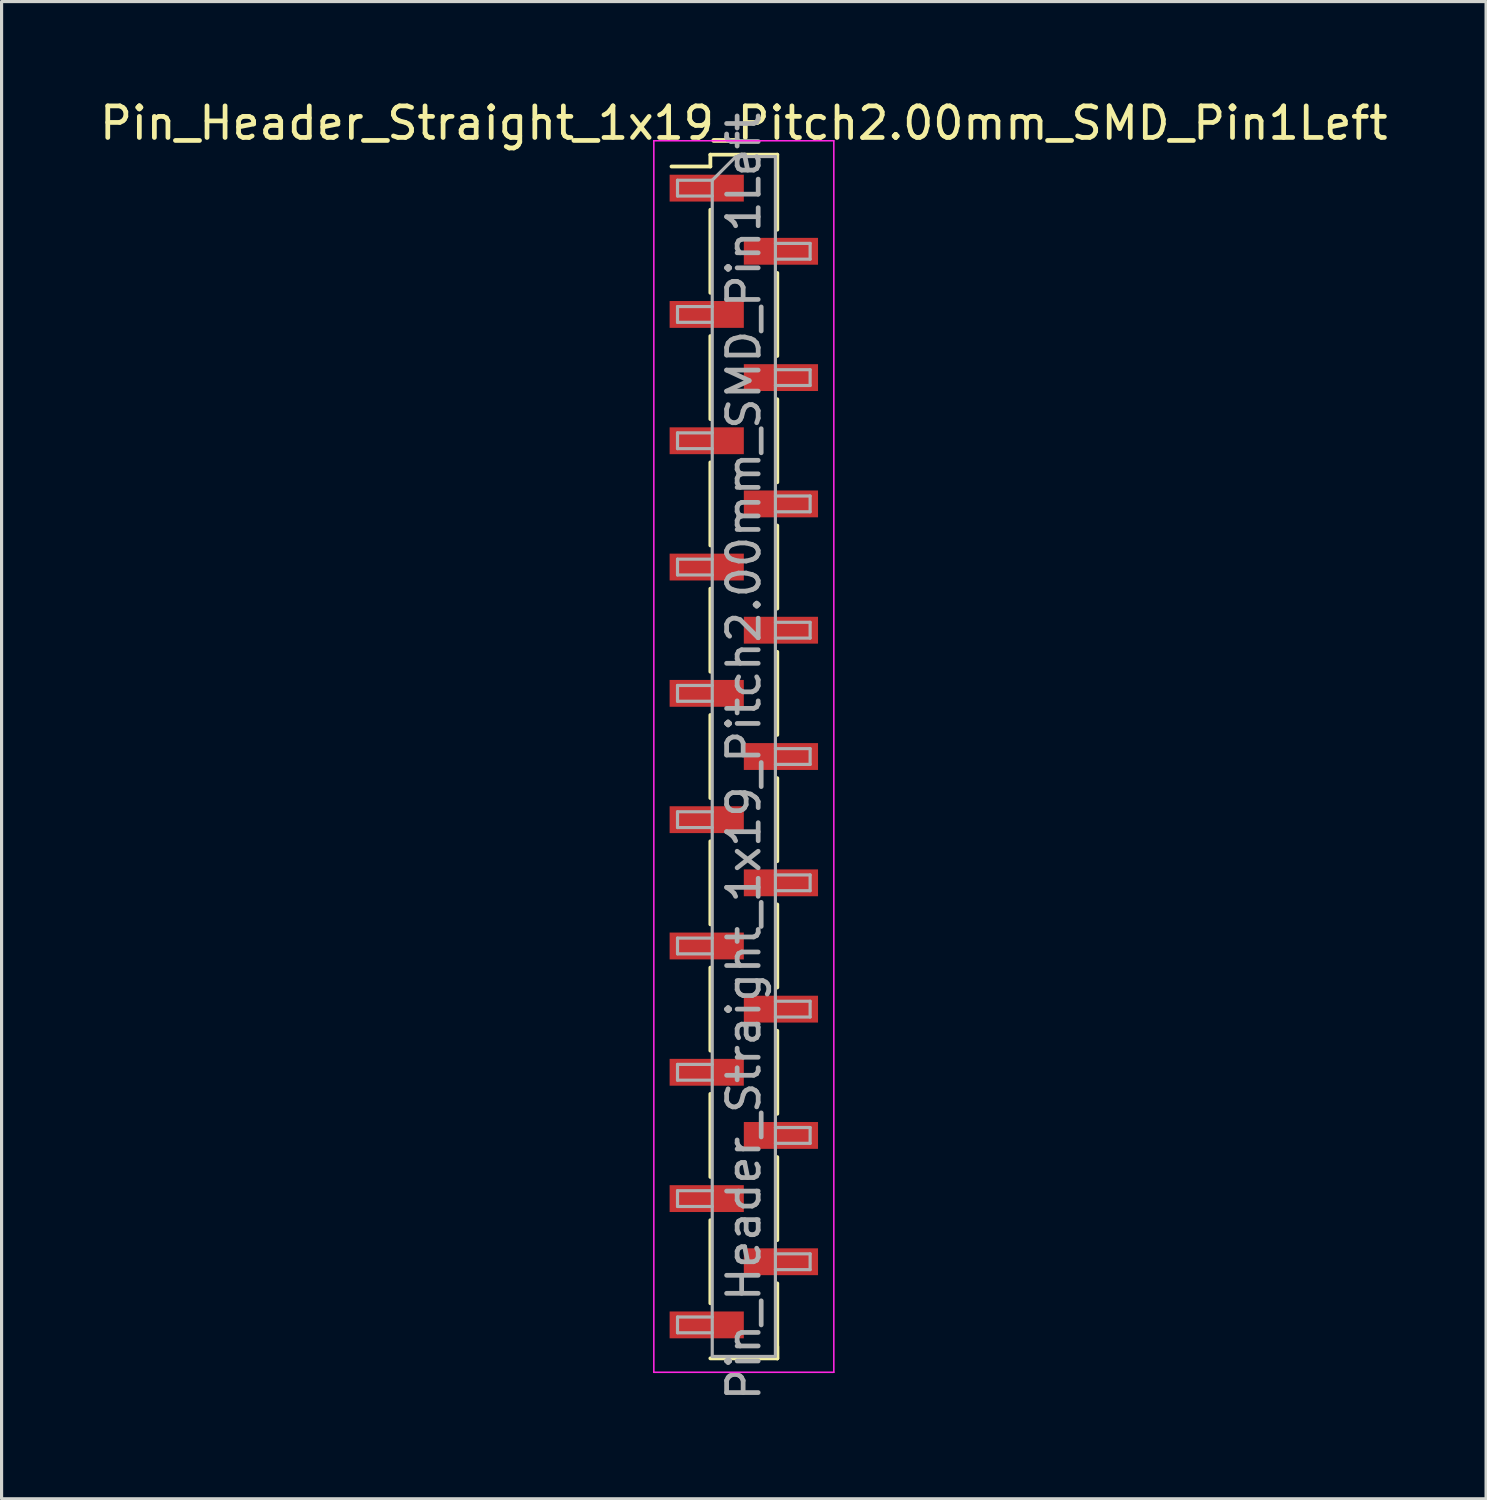
<source format=kicad_pcb>
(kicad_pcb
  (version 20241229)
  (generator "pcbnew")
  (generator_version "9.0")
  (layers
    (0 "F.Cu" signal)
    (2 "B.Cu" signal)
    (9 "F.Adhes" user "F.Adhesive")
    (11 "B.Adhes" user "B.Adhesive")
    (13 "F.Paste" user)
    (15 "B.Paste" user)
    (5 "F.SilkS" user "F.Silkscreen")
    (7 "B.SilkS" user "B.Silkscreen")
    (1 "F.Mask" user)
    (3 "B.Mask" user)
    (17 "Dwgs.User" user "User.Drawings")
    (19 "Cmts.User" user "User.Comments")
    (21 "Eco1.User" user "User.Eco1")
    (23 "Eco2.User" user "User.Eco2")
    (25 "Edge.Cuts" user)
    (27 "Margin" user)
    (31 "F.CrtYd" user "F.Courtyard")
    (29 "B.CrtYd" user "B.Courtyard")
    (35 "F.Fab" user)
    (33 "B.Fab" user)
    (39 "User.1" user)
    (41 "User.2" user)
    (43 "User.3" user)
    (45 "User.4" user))
  (footprint "Pin_Header_Straight_1x19_Pitch2.00mm_SMD_Pin1Left"
    (layer "F.Cu")
    (at 20.506 20.908)
    (property "Reference" "Pin_Header_Straight_1x19_Pitch2.00mm_SMD_Pin1Left" (at 0 -20.06 0) (layer "F.SilkS") (effects (font (size 1 1) (thickness 0.15))))
    (attr smd)
    (fp_line (start -1.06 -19.06) (end -1.06 -18.685) (stroke (width 0.12) (type solid)) (layer "F.SilkS"))
    (fp_line (start -1.06 -19.06) (end 1.06 -19.06) (stroke (width 0.12) (type solid)) (layer "F.SilkS"))
    (fp_line (start -1.06 -18.685) (end -2.29 -18.685) (stroke (width 0.12) (type solid)) (layer "F.SilkS"))
    (fp_line (start -1.06 -17.315) (end -1.06 -14.685) (stroke (width 0.12) (type solid)) (layer "F.SilkS"))
    (fp_line (start -1.06 -13.315) (end -1.06 -10.685) (stroke (width 0.12) (type solid)) (layer "F.SilkS"))
    (fp_line (start -1.06 -9.315) (end -1.06 -6.685) (stroke (width 0.12) (type solid)) (layer "F.SilkS"))
    (fp_line (start -1.06 -5.315) (end -1.06 -2.685) (stroke (width 0.12) (type solid)) (layer "F.SilkS"))
    (fp_line (start -1.06 -1.315) (end -1.06 1.315) (stroke (width 0.12) (type solid)) (layer "F.SilkS"))
    (fp_line (start -1.06 2.685) (end -1.06 5.315) (stroke (width 0.12) (type solid)) (layer "F.SilkS"))
    (fp_line (start -1.06 6.685) (end -1.06 9.315) (stroke (width 0.12) (type solid)) (layer "F.SilkS"))
    (fp_line (start -1.06 10.685) (end -1.06 13.315) (stroke (width 0.12) (type solid)) (layer "F.SilkS"))
    (fp_line (start -1.06 14.685) (end -1.06 17.315) (stroke (width 0.12) (type solid)) (layer "F.SilkS"))
    (fp_line (start -1.06 19.06) (end 1.06 19.06) (stroke (width 0.12) (type solid)) (layer "F.SilkS"))
    (fp_line (start 1.06 -19.06) (end 1.06 -16.685) (stroke (width 0.12) (type solid)) (layer "F.SilkS"))
    (fp_line (start 1.06 -15.315) (end 1.06 -12.685) (stroke (width 0.12) (type solid)) (layer "F.SilkS"))
    (fp_line (start 1.06 -11.315) (end 1.06 -8.685) (stroke (width 0.12) (type solid)) (layer "F.SilkS"))
    (fp_line (start 1.06 -7.315) (end 1.06 -4.685) (stroke (width 0.12) (type solid)) (layer "F.SilkS"))
    (fp_line (start 1.06 -3.315) (end 1.06 -0.685) (stroke (width 0.12) (type solid)) (layer "F.SilkS"))
    (fp_line (start 1.06 0.685) (end 1.06 3.315) (stroke (width 0.12) (type solid)) (layer "F.SilkS"))
    (fp_line (start 1.06 4.685) (end 1.06 7.315) (stroke (width 0.12) (type solid)) (layer "F.SilkS"))
    (fp_line (start 1.06 8.685) (end 1.06 11.315) (stroke (width 0.12) (type solid)) (layer "F.SilkS"))
    (fp_line (start 1.06 12.685) (end 1.06 15.315) (stroke (width 0.12) (type solid)) (layer "F.SilkS"))
    (fp_line (start 1.06 16.685) (end 1.06 19.06) (stroke (width 0.12) (type solid)) (layer "F.SilkS"))
    (fp_line (start 1.06 18.685) (end 1.06 19.06) (stroke (width 0.12) (type solid)) (layer "F.SilkS"))
    (fp_line (start -2.85 -19.5) (end -2.85 19.5) (stroke (width 0.05) (type solid)) (layer "F.CrtYd"))
    (fp_line (start -2.85 19.5) (end 2.85 19.5) (stroke (width 0.05) (type solid)) (layer "F.CrtYd"))
    (fp_line (start 2.85 -19.5) (end -2.85 -19.5) (stroke (width 0.05) (type solid)) (layer "F.CrtYd"))
    (fp_line (start 2.85 19.5) (end 2.85 -19.5) (stroke (width 0.05) (type solid)) (layer "F.CrtYd"))
    (fp_line (start -2.1 -18.25) (end -2.1 -17.75) (stroke (width 0.1) (type solid)) (layer "F.Fab"))
    (fp_line (start -2.1 -17.75) (end -1 -17.75) (stroke (width 0.1) (type solid)) (layer "F.Fab"))
    (fp_line (start -2.1 -14.25) (end -2.1 -13.75) (stroke (width 0.1) (type solid)) (layer "F.Fab"))
    (fp_line (start -2.1 -13.75) (end -1 -13.75) (stroke (width 0.1) (type solid)) (layer "F.Fab"))
    (fp_line (start -2.1 -10.25) (end -2.1 -9.75) (stroke (width 0.1) (type solid)) (layer "F.Fab"))
    (fp_line (start -2.1 -9.75) (end -1 -9.75) (stroke (width 0.1) (type solid)) (layer "F.Fab"))
    (fp_line (start -2.1 -6.25) (end -2.1 -5.75) (stroke (width 0.1) (type solid)) (layer "F.Fab"))
    (fp_line (start -2.1 -5.75) (end -1 -5.75) (stroke (width 0.1) (type solid)) (layer "F.Fab"))
    (fp_line (start -2.1 -2.25) (end -2.1 -1.75) (stroke (width 0.1) (type solid)) (layer "F.Fab"))
    (fp_line (start -2.1 -1.75) (end -1 -1.75) (stroke (width 0.1) (type solid)) (layer "F.Fab"))
    (fp_line (start -2.1 1.75) (end -2.1 2.25) (stroke (width 0.1) (type solid)) (layer "F.Fab"))
    (fp_line (start -2.1 2.25) (end -1 2.25) (stroke (width 0.1) (type solid)) (layer "F.Fab"))
    (fp_line (start -2.1 5.75) (end -2.1 6.25) (stroke (width 0.1) (type solid)) (layer "F.Fab"))
    (fp_line (start -2.1 6.25) (end -1 6.25) (stroke (width 0.1) (type solid)) (layer "F.Fab"))
    (fp_line (start -2.1 9.75) (end -2.1 10.25) (stroke (width 0.1) (type solid)) (layer "F.Fab"))
    (fp_line (start -2.1 10.25) (end -1 10.25) (stroke (width 0.1) (type solid)) (layer "F.Fab"))
    (fp_line (start -2.1 13.75) (end -2.1 14.25) (stroke (width 0.1) (type solid)) (layer "F.Fab"))
    (fp_line (start -2.1 14.25) (end -1 14.25) (stroke (width 0.1) (type solid)) (layer "F.Fab"))
    (fp_line (start -2.1 17.75) (end -2.1 18.25) (stroke (width 0.1) (type solid)) (layer "F.Fab"))
    (fp_line (start -2.1 18.25) (end -1 18.25) (stroke (width 0.1) (type solid)) (layer "F.Fab"))
    (fp_line (start -1 -18.25) (end -2.1 -18.25) (stroke (width 0.1) (type solid)) (layer "F.Fab"))
    (fp_line (start -1 -18.25) (end -0.25 -19) (stroke (width 0.1) (type solid)) (layer "F.Fab"))
    (fp_line (start -1 -14.25) (end -2.1 -14.25) (stroke (width 0.1) (type solid)) (layer "F.Fab"))
    (fp_line (start -1 -10.25) (end -2.1 -10.25) (stroke (width 0.1) (type solid)) (layer "F.Fab"))
    (fp_line (start -1 -6.25) (end -2.1 -6.25) (stroke (width 0.1) (type solid)) (layer "F.Fab"))
    (fp_line (start -1 -2.25) (end -2.1 -2.25) (stroke (width 0.1) (type solid)) (layer "F.Fab"))
    (fp_line (start -1 1.75) (end -2.1 1.75) (stroke (width 0.1) (type solid)) (layer "F.Fab"))
    (fp_line (start -1 5.75) (end -2.1 5.75) (stroke (width 0.1) (type solid)) (layer "F.Fab"))
    (fp_line (start -1 9.75) (end -2.1 9.75) (stroke (width 0.1) (type solid)) (layer "F.Fab"))
    (fp_line (start -1 13.75) (end -2.1 13.75) (stroke (width 0.1) (type solid)) (layer "F.Fab"))
    (fp_line (start -1 17.75) (end -2.1 17.75) (stroke (width 0.1) (type solid)) (layer "F.Fab"))
    (fp_line (start -1 19) (end -1 -18.25) (stroke (width 0.1) (type solid)) (layer "F.Fab"))
    (fp_line (start -0.25 -19) (end 1 -19) (stroke (width 0.1) (type solid)) (layer "F.Fab"))
    (fp_line (start 1 -19) (end 1 19) (stroke (width 0.1) (type solid)) (layer "F.Fab"))
    (fp_line (start 1 -16.25) (end 2.1 -16.25) (stroke (width 0.1) (type solid)) (layer "F.Fab"))
    (fp_line (start 1 -12.25) (end 2.1 -12.25) (stroke (width 0.1) (type solid)) (layer "F.Fab"))
    (fp_line (start 1 -8.25) (end 2.1 -8.25) (stroke (width 0.1) (type solid)) (layer "F.Fab"))
    (fp_line (start 1 -4.25) (end 2.1 -4.25) (stroke (width 0.1) (type solid)) (layer "F.Fab"))
    (fp_line (start 1 -0.25) (end 2.1 -0.25) (stroke (width 0.1) (type solid)) (layer "F.Fab"))
    (fp_line (start 1 3.75) (end 2.1 3.75) (stroke (width 0.1) (type solid)) (layer "F.Fab"))
    (fp_line (start 1 7.75) (end 2.1 7.75) (stroke (width 0.1) (type solid)) (layer "F.Fab"))
    (fp_line (start 1 11.75) (end 2.1 11.75) (stroke (width 0.1) (type solid)) (layer "F.Fab"))
    (fp_line (start 1 15.75) (end 2.1 15.75) (stroke (width 0.1) (type solid)) (layer "F.Fab"))
    (fp_line (start 1 19) (end -1 19) (stroke (width 0.1) (type solid)) (layer "F.Fab"))
    (fp_line (start 2.1 -16.25) (end 2.1 -15.75) (stroke (width 0.1) (type solid)) (layer "F.Fab"))
    (fp_line (start 2.1 -15.75) (end 1 -15.75) (stroke (width 0.1) (type solid)) (layer "F.Fab"))
    (fp_line (start 2.1 -12.25) (end 2.1 -11.75) (stroke (width 0.1) (type solid)) (layer "F.Fab"))
    (fp_line (start 2.1 -11.75) (end 1 -11.75) (stroke (width 0.1) (type solid)) (layer "F.Fab"))
    (fp_line (start 2.1 -8.25) (end 2.1 -7.75) (stroke (width 0.1) (type solid)) (layer "F.Fab"))
    (fp_line (start 2.1 -7.75) (end 1 -7.75) (stroke (width 0.1) (type solid)) (layer "F.Fab"))
    (fp_line (start 2.1 -4.25) (end 2.1 -3.75) (stroke (width 0.1) (type solid)) (layer "F.Fab"))
    (fp_line (start 2.1 -3.75) (end 1 -3.75) (stroke (width 0.1) (type solid)) (layer "F.Fab"))
    (fp_line (start 2.1 -0.25) (end 2.1 0.25) (stroke (width 0.1) (type solid)) (layer "F.Fab"))
    (fp_line (start 2.1 0.25) (end 1 0.25) (stroke (width 0.1) (type solid)) (layer "F.Fab"))
    (fp_line (start 2.1 3.75) (end 2.1 4.25) (stroke (width 0.1) (type solid)) (layer "F.Fab"))
    (fp_line (start 2.1 4.25) (end 1 4.25) (stroke (width 0.1) (type solid)) (layer "F.Fab"))
    (fp_line (start 2.1 7.75) (end 2.1 8.25) (stroke (width 0.1) (type solid)) (layer "F.Fab"))
    (fp_line (start 2.1 8.25) (end 1 8.25) (stroke (width 0.1) (type solid)) (layer "F.Fab"))
    (fp_line (start 2.1 11.75) (end 2.1 12.25) (stroke (width 0.1) (type solid)) (layer "F.Fab"))
    (fp_line (start 2.1 12.25) (end 1 12.25) (stroke (width 0.1) (type solid)) (layer "F.Fab"))
    (fp_line (start 2.1 15.75) (end 2.1 16.25) (stroke (width 0.1) (type solid)) (layer "F.Fab"))
    (fp_line (start 2.1 16.25) (end 1 16.25) (stroke (width 0.1) (type solid)) (layer "F.Fab"))
    (fp_text user "${REFERENCE}" (at 0 0 90) (layer "F.Fab") (effects (font (size 1 1) (thickness 0.15))))
    (pad "1" smd rect (at -1.175 -18) (size 2.35 0.85) (layers "F.Cu" "F.Mask" "F.Paste"))
    (pad "2" smd rect (at 1.175 -16) (size 2.35 0.85) (layers "F.Cu" "F.Mask" "F.Paste"))
    (pad "3" smd rect (at -1.175 -14) (size 2.35 0.85) (layers "F.Cu" "F.Mask" "F.Paste"))
    (pad "4" smd rect (at 1.175 -12) (size 2.35 0.85) (layers "F.Cu" "F.Mask" "F.Paste"))
    (pad "5" smd rect (at -1.175 -10) (size 2.35 0.85) (layers "F.Cu" "F.Mask" "F.Paste"))
    (pad "6" smd rect (at 1.175 -8) (size 2.35 0.85) (layers "F.Cu" "F.Mask" "F.Paste"))
    (pad "7" smd rect (at -1.175 -6) (size 2.35 0.85) (layers "F.Cu" "F.Mask" "F.Paste"))
    (pad "8" smd rect (at 1.175 -4) (size 2.35 0.85) (layers "F.Cu" "F.Mask" "F.Paste"))
    (pad "9" smd rect (at -1.175 -2) (size 2.35 0.85) (layers "F.Cu" "F.Mask" "F.Paste"))
    (pad "10" smd rect (at 1.175 0) (size 2.35 0.85) (layers "F.Cu" "F.Mask" "F.Paste"))
    (pad "11" smd rect (at -1.175 2) (size 2.35 0.85) (layers "F.Cu" "F.Mask" "F.Paste"))
    (pad "12" smd rect (at 1.175 4) (size 2.35 0.85) (layers "F.Cu" "F.Mask" "F.Paste"))
    (pad "13" smd rect (at -1.175 6) (size 2.35 0.85) (layers "F.Cu" "F.Mask" "F.Paste"))
    (pad "14" smd rect (at 1.175 8) (size 2.35 0.85) (layers "F.Cu" "F.Mask" "F.Paste"))
    (pad "15" smd rect (at -1.175 10) (size 2.35 0.85) (layers "F.Cu" "F.Mask" "F.Paste"))
    (pad "16" smd rect (at 1.175 12) (size 2.35 0.85) (layers "F.Cu" "F.Mask" "F.Paste"))
    (pad "17" smd rect (at -1.175 14) (size 2.35 0.85) (layers "F.Cu" "F.Mask" "F.Paste"))
    (pad "18" smd rect (at 1.175 16) (size 2.35 0.85) (layers "F.Cu" "F.Mask" "F.Paste"))
    (pad "19" smd rect (at -1.175 18) (size 2.35 0.85) (layers "F.Cu" "F.Mask" "F.Paste")))
  (gr_rect
    (start -3 -3)
    (end 44.012 44.414)
    (stroke (width 0.1) (type default))
    (fill no)
    (layer "Edge.Cuts")))
</source>
